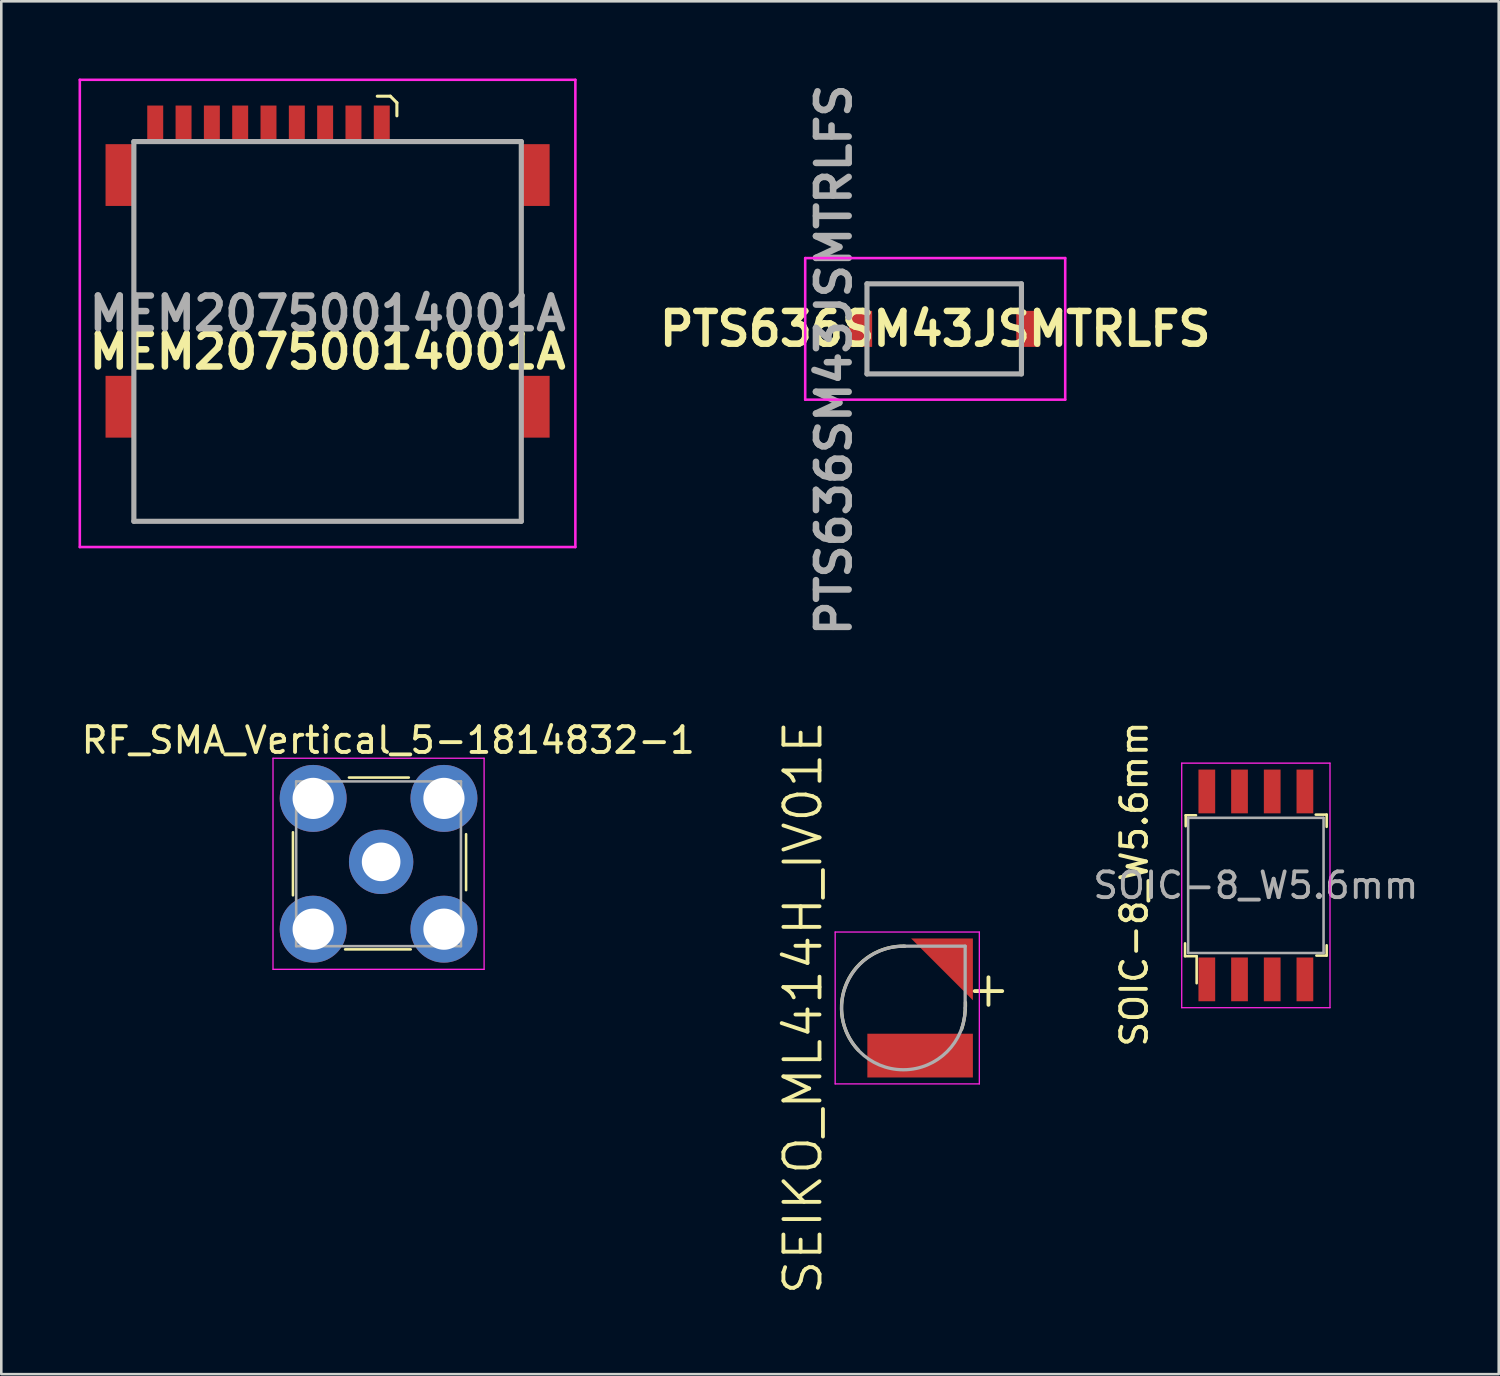
<source format=kicad_pcb>
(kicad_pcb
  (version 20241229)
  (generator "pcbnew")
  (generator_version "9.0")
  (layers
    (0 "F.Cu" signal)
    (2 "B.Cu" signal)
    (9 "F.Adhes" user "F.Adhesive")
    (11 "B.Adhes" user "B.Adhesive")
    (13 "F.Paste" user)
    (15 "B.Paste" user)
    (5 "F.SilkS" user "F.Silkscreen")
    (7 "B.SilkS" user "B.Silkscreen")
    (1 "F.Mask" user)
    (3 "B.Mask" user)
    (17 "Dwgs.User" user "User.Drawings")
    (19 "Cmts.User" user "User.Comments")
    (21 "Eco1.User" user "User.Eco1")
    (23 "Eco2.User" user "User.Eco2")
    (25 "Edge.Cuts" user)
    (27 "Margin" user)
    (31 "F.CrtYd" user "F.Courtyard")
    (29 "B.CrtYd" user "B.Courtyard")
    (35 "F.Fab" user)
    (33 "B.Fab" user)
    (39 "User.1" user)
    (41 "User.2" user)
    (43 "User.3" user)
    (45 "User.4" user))
  (footprint "RF_SMA_Vertical_5-1814832-1"
    (layer "F.Cu")
    (at 11.655 30.504)
    (property "Reference" "RF_SMA_Vertical_5-1814832-1" (at 0.375 -4.8 180) (layer "F.SilkS") (effects (font (size 1 1) (thickness 0.15))))
    (attr through_hole)
    (fp_line (start -3.325 1.225) (end -3.325 -1.225) (stroke (width 0.1) (type solid)) (layer "F.SilkS"))
    (fp_line (start -1.3 3.325) (end 1.25 3.325) (stroke (width 0.1) (type solid)) (layer "F.SilkS"))
    (fp_line (start -1.15 -3.35) (end 1.175 -3.35) (stroke (width 0.1) (type solid)) (layer "F.SilkS"))
    (fp_line (start 3.4 -1.15) (end 3.4 1.025) (stroke (width 0.1) (type solid)) (layer "F.SilkS"))
    (fp_line (start -4.1 -4.1) (end 4.1 -4.1) (stroke (width 0.05) (type solid)) (layer "F.CrtYd"))
    (fp_line (start -4.1 4.1) (end -4.1 -4.1) (stroke (width 0.05) (type solid)) (layer "F.CrtYd"))
    (fp_line (start 4.1 -4.1) (end 4.1 4.1) (stroke (width 0.05) (type solid)) (layer "F.CrtYd"))
    (fp_line (start 4.1 4.1) (end -4.1 4.1) (stroke (width 0.05) (type solid)) (layer "F.CrtYd"))
    (fp_line (start -3.2 -3.2) (end 3.2 -3.2) (stroke (width 0.1) (type solid)) (layer "F.Fab"))
    (fp_line (start -3.2 3.2) (end -3.2 -3.2) (stroke (width 0.1) (type solid)) (layer "F.Fab"))
    (fp_line (start 3.2 -3.2) (end 3.2 3.2) (stroke (width 0.1) (type solid)) (layer "F.Fab"))
    (fp_line (start 3.2 3.2) (end -3.2 3.2) (stroke (width 0.1) (type solid)) (layer "F.Fab"))
    (pad "1" thru_hole circle (at -2.54 -2.54) (size 2.6 2.6) (drill 1.6) (layers "*.Cu" "*.Mask"))
    (pad "1" thru_hole circle (at -2.54 2.54) (size 2.6 2.6) (drill 1.6) (layers "*.Cu" "*.Mask"))
    (pad "1" thru_hole circle (at 2.54 -2.54) (size 2.6 2.6) (drill 1.6) (layers "*.Cu" "*.Mask"))
    (pad "1" thru_hole circle (at 2.54 2.54) (size 2.6 2.6) (drill 1.6) (layers "*.Cu" "*.Mask"))
    (pad "2" thru_hole circle (at 0.1 -0.075) (size 2.5 2.5) (drill 1.5) (layers "*.Cu" "*.Mask")))
  (footprint "PTS636SM43JSMTRLFS"
    (layer "F.Cu")
    (at 33.628 9.725)
    (property "Reference" "PTS636SM43JSMTRLFS" (at -0.35 0 0) (layer "F.SilkS") (effects (font (size 1.27 1.27) (thickness 0.254))))
    (attr smd)
    (fp_line (start -4.4 -0.1) (end -4.4 -0.1) (stroke (width 0.2) (type solid)) (layer "F.SilkS"))
    (fp_line (start -4.4 -0.1) (end -4.4 -0.1) (stroke (width 0.2) (type solid)) (layer "F.SilkS"))
    (fp_line (start -4.3 -0.1) (end -4.3 -0.1) (stroke (width 0.2) (type solid)) (layer "F.SilkS"))
    (fp_line (start -3 -1.75) (end -3 -1.75) (stroke (width 0.1) (type solid)) (layer "F.SilkS"))
    (fp_line (start -3 -1.75) (end -3 -1.75) (stroke (width 0.1) (type solid)) (layer "F.SilkS"))
    (fp_line (start -3 -1.75) (end -3 -1.25) (stroke (width 0.1) (type solid)) (layer "F.SilkS"))
    (fp_line (start -3 -1.75) (end 3 -1.75) (stroke (width 0.1) (type solid)) (layer "F.SilkS"))
    (fp_line (start -3 -1.25) (end -3 -1.75) (stroke (width 0.1) (type solid)) (layer "F.SilkS"))
    (fp_line (start -3 -1.25) (end -3 -1.25) (stroke (width 0.1) (type solid)) (layer "F.SilkS"))
    (fp_line (start -3 1.25) (end -3 1.25) (stroke (width 0.1) (type solid)) (layer "F.SilkS"))
    (fp_line (start -3 1.25) (end -3 1.75) (stroke (width 0.1) (type solid)) (layer "F.SilkS"))
    (fp_line (start -3 1.75) (end -3 1.25) (stroke (width 0.1) (type solid)) (layer "F.SilkS"))
    (fp_line (start -3 1.75) (end -3 1.75) (stroke (width 0.1) (type solid)) (layer "F.SilkS"))
    (fp_line (start -3 1.75) (end -3 1.75) (stroke (width 0.1) (type solid)) (layer "F.SilkS"))
    (fp_line (start -3 1.75) (end 3 1.75) (stroke (width 0.1) (type solid)) (layer "F.SilkS"))
    (fp_line (start 3 -1.75) (end -3 -1.75) (stroke (width 0.1) (type solid)) (layer "F.SilkS"))
    (fp_line (start 3 -1.75) (end 3 -1.75) (stroke (width 0.1) (type solid)) (layer "F.SilkS"))
    (fp_line (start 3 -1.75) (end 3 -1.75) (stroke (width 0.1) (type solid)) (layer "F.SilkS"))
    (fp_line (start 3 -1.75) (end 3 -1.25) (stroke (width 0.1) (type solid)) (layer "F.SilkS"))
    (fp_line (start 3 -1.25) (end 3 -1.75) (stroke (width 0.1) (type solid)) (layer "F.SilkS"))
    (fp_line (start 3 -1.25) (end 3 -1.25) (stroke (width 0.1) (type solid)) (layer "F.SilkS"))
    (fp_line (start 3 1.25) (end 3 1.25) (stroke (width 0.1) (type solid)) (layer "F.SilkS"))
    (fp_line (start 3 1.25) (end 3 1.75) (stroke (width 0.1) (type solid)) (layer "F.SilkS"))
    (fp_line (start 3 1.75) (end -3 1.75) (stroke (width 0.1) (type solid)) (layer "F.SilkS"))
    (fp_line (start 3 1.75) (end 3 1.25) (stroke (width 0.1) (type solid)) (layer "F.SilkS"))
    (fp_line (start 3 1.75) (end 3 1.75) (stroke (width 0.1) (type solid)) (layer "F.SilkS"))
    (fp_line (start 3 1.75) (end 3 1.75) (stroke (width 0.1) (type solid)) (layer "F.SilkS"))
    (fp_arc (start -4.4 -0.1) (mid -4.35 -0.15) (end -4.3 -0.1) (stroke (width 0.2) (type solid)) (layer "F.SilkS"))
    (fp_arc (start -4.3 -0.1) (mid -4.35 -0.05) (end -4.4 -0.1) (stroke (width 0.2) (type solid)) (layer "F.SilkS"))
    (fp_arc (start -4.3 -0.1) (mid -4.35 -0.05) (end -4.4 -0.1) (stroke (width 0.2) (type solid)) (layer "F.SilkS"))
    (fp_line (start -5.4 -2.75) (end 4.7 -2.75) (stroke (width 0.1) (type solid)) (layer "F.CrtYd"))
    (fp_line (start -5.4 2.75) (end -5.4 -2.75) (stroke (width 0.1) (type solid)) (layer "F.CrtYd"))
    (fp_line (start 4.7 -2.75) (end 4.7 2.75) (stroke (width 0.1) (type solid)) (layer "F.CrtYd"))
    (fp_line (start 4.7 2.75) (end -5.4 2.75) (stroke (width 0.1) (type solid)) (layer "F.CrtYd"))
    (fp_line (start -3 -1.75) (end -3 1.75) (stroke (width 0.2) (type solid)) (layer "F.Fab"))
    (fp_line (start -3 1.75) (end 3 1.75) (stroke (width 0.2) (type solid)) (layer "F.Fab"))
    (fp_line (start 3 -1.75) (end -3 -1.75) (stroke (width 0.2) (type solid)) (layer "F.Fab"))
    (fp_line (start 3 1.75) (end 3 -1.75) (stroke (width 0.2) (type solid)) (layer "F.Fab"))
    (fp_text user "${REFERENCE}" (at -4.286 1.203 270) (layer "F.Fab") (effects (font (size 1.27 1.27) (thickness 0.254))))
    (pad "1" smd rect (at -3.25 0) (size 0.9 1.4) (layers "F.Cu" "F.Mask" "F.Paste"))
    (pad "2" smd rect (at 3.25 0) (size 0.9 1.4) (layers "F.Cu" "F.Mask" "F.Paste")))
  (footprint "SOIC-8_W5.6mm"
    (layer "F.Cu")
    (at 45.734 31.344)
    (property "Reference" "SOIC-8_W5.6mm" (at -4.724 -0.053 270) (layer "F.SilkS") (effects (font (size 1 1) (thickness 0.15))))
    (attr smd)
    (fp_line (start -2.75 2.25) (end -2.75 2.75) (stroke (width 0.1) (type solid)) (layer "F.SilkS"))
    (fp_line (start -2.75 2.75) (end -2.3 2.75) (stroke (width 0.1) (type solid)) (layer "F.SilkS"))
    (fp_line (start -2.725 -2.725) (end -2.725 -2.3) (stroke (width 0.1) (type solid)) (layer "F.SilkS"))
    (fp_line (start -2.725 -2.725) (end -2.325 -2.725) (stroke (width 0.1) (type solid)) (layer "F.SilkS"))
    (fp_line (start -2.3 2.75) (end -2.3 3.8) (stroke (width 0.1) (type solid)) (layer "F.SilkS"))
    (fp_line (start 2.75 -2.75) (end 2.325 -2.75) (stroke (width 0.1) (type solid)) (layer "F.SilkS"))
    (fp_line (start 2.75 -2.75) (end 2.75 -2.275) (stroke (width 0.1) (type solid)) (layer "F.SilkS"))
    (fp_line (start 2.75 2.725) (end 2.35 2.725) (stroke (width 0.1) (type solid)) (layer "F.SilkS"))
    (fp_line (start 2.75 2.725) (end 2.75 2.325) (stroke (width 0.1) (type solid)) (layer "F.SilkS"))
    (fp_line (start -2.88 -4.75) (end -2.88 4.75) (stroke (width 0.05) (type solid)) (layer "F.CrtYd"))
    (fp_line (start 2.88 -4.75) (end -2.88 -4.75) (stroke (width 0.05) (type solid)) (layer "F.CrtYd"))
    (fp_line (start 2.88 -4.75) (end 2.88 4.75) (stroke (width 0.05) (type solid)) (layer "F.CrtYd"))
    (fp_line (start 2.88 4.75) (end -2.88 4.75) (stroke (width 0.05) (type solid)) (layer "F.CrtYd"))
    (fp_line (start -2.63 -2.625) (end -2.63 2.625) (stroke (width 0.1) (type solid)) (layer "F.Fab"))
    (fp_line (start -2.63 -2.625) (end 2.63 -2.625) (stroke (width 0.1) (type solid)) (layer "F.Fab"))
    (fp_line (start -2.63 2.625) (end 2.63 2.625) (stroke (width 0.1) (type solid)) (layer "F.Fab"))
    (fp_line (start 2.63 -2.625) (end 2.63 2.625) (stroke (width 0.1) (type solid)) (layer "F.Fab"))
    (fp_text user "${REFERENCE}" (at 0 0 0) (layer "F.Fab") (effects (font (size 1 1) (thickness 0.15))))
    (pad "1" smd rect (at -1.905 3.65) (size 0.65 1.7) (layers "F.Cu" "F.Mask" "F.Paste"))
    (pad "2" smd rect (at -0.635 3.65) (size 0.65 1.7) (layers "F.Cu" "F.Mask" "F.Paste"))
    (pad "3" smd rect (at 0.635 3.65) (size 0.65 1.7) (layers "F.Cu" "F.Mask" "F.Paste"))
    (pad "4" smd rect (at 1.905 3.65) (size 0.65 1.7) (layers "F.Cu" "F.Mask" "F.Paste"))
    (pad "5" smd rect (at 1.905 -3.65) (size 0.65 1.7) (layers "F.Cu" "F.Mask" "F.Paste"))
    (pad "6" smd rect (at 0.635 -3.65) (size 0.65 1.7) (layers "F.Cu" "F.Mask" "F.Paste"))
    (pad "7" smd rect (at -0.635 -3.65) (size 0.65 1.7) (layers "F.Cu" "F.Mask" "F.Paste"))
    (pad "8" smd rect (at -1.905 -3.65) (size 0.65 1.7) (layers "F.Cu" "F.Mask" "F.Paste")))
  (footprint "MEM20750014001A"
    (layer "F.Cu")
    (at 9.675 9.475)
    (property "Reference" "MEM20750014001A" (at 0 1.136 0) (layer "F.SilkS") (effects (font (size 1.27 1.27) (thickness 0.254))))
    (attr through_hole)
    (fp_line (start -7.525 -4.025) (end -7.525 1.4) (stroke (width 0.1) (type solid)) (layer "F.SilkS"))
    (fp_line (start -7.525 4.975) (end -7.525 7.725) (stroke (width 0.1) (type solid)) (layer "F.SilkS"))
    (fp_line (start -7.525 7.725) (end 7.525 7.725) (stroke (width 0.1) (type solid)) (layer "F.SilkS"))
    (fp_line (start 1.93 -8.788) (end 2.438 -8.788) (stroke (width 0.12) (type solid)) (layer "F.SilkS"))
    (fp_line (start 2.438 -8.788) (end 2.692 -8.534) (stroke (width 0.12) (type solid)) (layer "F.SilkS"))
    (fp_line (start 2.692 -8.534) (end 2.692 -8.026) (stroke (width 0.12) (type solid)) (layer "F.SilkS"))
    (fp_line (start 2.8 -7.025) (end 7 -7.025) (stroke (width 0.1) (type solid)) (layer "F.SilkS"))
    (fp_line (start 7.525 -4.025) (end 7.525 1.4) (stroke (width 0.1) (type solid)) (layer "F.SilkS"))
    (fp_line (start 7.525 7.725) (end 7.525 4.975) (stroke (width 0.1) (type solid)) (layer "F.SilkS"))
    (fp_line (start -9.625 -9.425) (end 9.625 -9.425) (stroke (width 0.1) (type solid)) (layer "F.CrtYd"))
    (fp_line (start -9.625 8.725) (end -9.625 -9.425) (stroke (width 0.1) (type solid)) (layer "F.CrtYd"))
    (fp_line (start 9.625 -9.425) (end 9.625 8.725) (stroke (width 0.1) (type solid)) (layer "F.CrtYd"))
    (fp_line (start 9.625 8.725) (end -9.625 8.725) (stroke (width 0.1) (type solid)) (layer "F.CrtYd"))
    (fp_line (start -7.525 -7.025) (end 7.525 -7.025) (stroke (width 0.2) (type solid)) (layer "F.Fab"))
    (fp_line (start -7.525 7.725) (end -7.525 -7.025) (stroke (width 0.2) (type solid)) (layer "F.Fab"))
    (fp_line (start 7.525 -7.025) (end 7.525 7.725) (stroke (width 0.2) (type solid)) (layer "F.Fab"))
    (fp_line (start 7.525 7.725) (end -7.525 7.725) (stroke (width 0.2) (type solid)) (layer "F.Fab"))
    (fp_text user "${REFERENCE}" (at 0 -0.35 0) (layer "F.Fab") (effects (font (size 1.27 1.27) (thickness 0.254))))
    (pad "MP1" smd rect (at -8.075 -5.725) (size 1.1 2.4) (layers "F.Cu" "F.Mask" "F.Paste"))
    (pad "MP2" smd rect (at -8.075 3.275) (size 1.1 2.4) (layers "F.Cu" "F.Mask" "F.Paste"))
    (pad "MP3" smd rect (at 8.075 3.275) (size 1.1 2.4) (layers "F.Cu" "F.Mask" "F.Paste"))
    (pad "MP4" smd rect (at 8.075 -5.725) (size 1.1 2.4) (layers "F.Cu" "F.Mask" "F.Paste"))
    (pad "P1" smd rect (at 2.105 -7.725) (size 0.62 1.4) (layers "F.Cu" "F.Mask" "F.Paste"))
    (pad "P2" smd rect (at 1.005 -7.725) (size 0.62 1.4) (layers "F.Cu" "F.Mask" "F.Paste"))
    (pad "P3" smd rect (at -0.095 -7.725) (size 0.62 1.4) (layers "F.Cu" "F.Mask" "F.Paste"))
    (pad "P4" smd rect (at -1.195 -7.725) (size 0.62 1.4) (layers "F.Cu" "F.Mask" "F.Paste"))
    (pad "P5" smd rect (at -2.295 -7.725) (size 0.62 1.4) (layers "F.Cu" "F.Mask" "F.Paste"))
    (pad "P6" smd rect (at -3.395 -7.725) (size 0.62 1.4) (layers "F.Cu" "F.Mask" "F.Paste"))
    (pad "P7" smd rect (at -4.495 -7.725) (size 0.62 1.4) (layers "F.Cu" "F.Mask" "F.Paste"))
    (pad "P8" smd rect (at -5.595 -7.725) (size 0.62 1.4) (layers "F.Cu" "F.Mask" "F.Paste"))
    (pad "P9" smd rect (at -6.695 -7.725) (size 0.62 1.4) (layers "F.Cu" "F.Mask" "F.Paste")))
  (footprint "SEIKO_ML414H_IV01E"
    (layer "F.Cu")
    (at 32.042 36.105)
    (property "Reference" "SEIKO_ML414H_IV01E" (at -3.899 -0.013 90) (layer "F.SilkS") (effects (font (size 1.402 1.402) (thickness 0.15))))
    (attr through_hole)
    (fp_poly (pts (xy 0 -2.8) (xy 2.8 -2.8) (xy 2.8 0)) (stroke (width 0.0001) (type solid)) (fill yes) (layer "F.Mask"))
    (fp_arc (start -1.75 1.639999) (mid -2.19472 -0.984702) (end 0.06 -2.4) (stroke (width 0.127) (type solid)) (layer "F.SilkS"))
    (fp_arc (start 2.41 -0.217) (mid 2.3808 0.313062) (end 2.26 0.83) (stroke (width 0.127) (type solid)) (layer "F.SilkS"))
    (fp_poly (pts (xy 0.3 -2.7) (xy 2.7 -2.7) (xy 2.7 -0.3)) (stroke (width 0.0001) (type solid)) (fill yes) (layer "F.Paste"))
    (fp_line (start -2.65 -2.95) (end 2.95 -2.95) (stroke (width 0.05) (type solid)) (layer "F.CrtYd"))
    (fp_line (start -2.65 2.95) (end -2.65 -2.95) (stroke (width 0.05) (type solid)) (layer "F.CrtYd"))
    (fp_line (start 2.95 -2.95) (end 2.95 2.95) (stroke (width 0.05) (type solid)) (layer "F.CrtYd"))
    (fp_line (start 2.95 2.95) (end -2.65 2.95) (stroke (width 0.05) (type solid)) (layer "F.CrtYd"))
    (fp_line (start 0 -2.4) (end 2.4 -2.4) (stroke (width 0.127) (type solid)) (layer "F.Fab"))
    (fp_line (start 2.4 -2.4) (end 2.4 0) (stroke (width 0.127) (type solid)) (layer "F.Fab"))
    (fp_arc (start 2.4 0) (mid -1.697056 1.697056) (end 0 -2.4) (stroke (width 0.127) (type solid)) (layer "F.Fab"))
    (fp_text user "+" (at 3.305 -0.763 0) (layer "F.SilkS") (effects (font (size 1.401 1.401) (thickness 0.15))))
    (pad "1" smd custom (at 2.1 -2.1) (size 1 1) (layers "F.Cu") (options (anchor rect)) (primitives (gr_poly (pts (xy -1.8 -0.6) (xy 0.6 -0.6) (xy 0.6 1.8)) (width 0.0001) (fill yes))))
    (pad "2" smd rect (at 0.65 1.85) (size 4.1 1.7) (layers "F.Cu" "F.Mask" "F.Paste")))
  (gr_rect
    (start -3 -3)
    (end 55.168 50.328)
    (stroke (width 0.1) (type default))
    (fill no)
    (layer "Edge.Cuts")))
</source>
